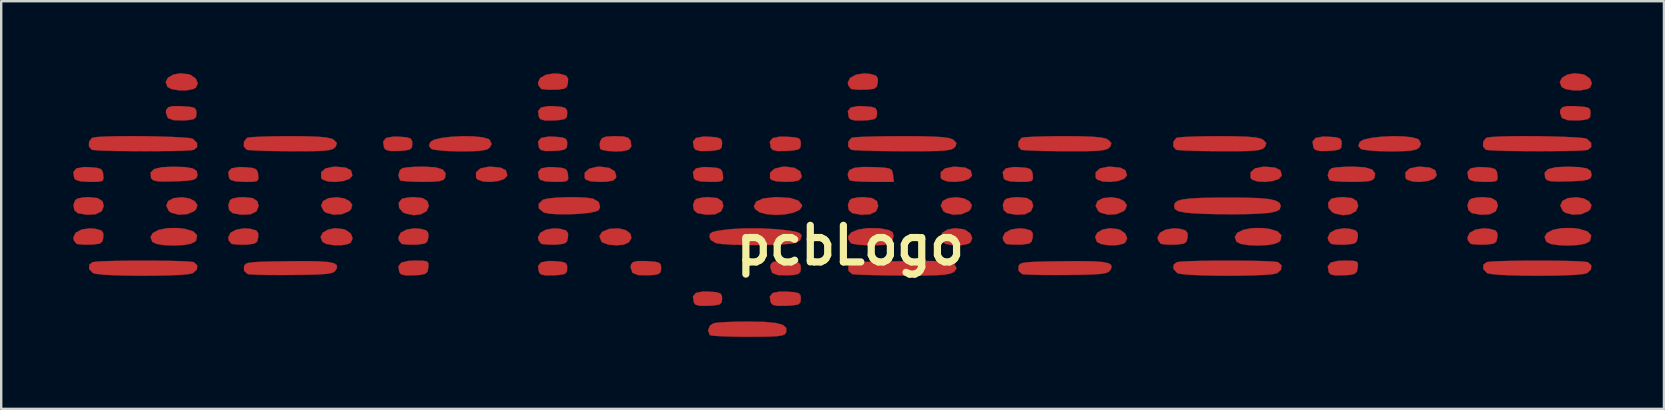
<source format=kicad_pcb>
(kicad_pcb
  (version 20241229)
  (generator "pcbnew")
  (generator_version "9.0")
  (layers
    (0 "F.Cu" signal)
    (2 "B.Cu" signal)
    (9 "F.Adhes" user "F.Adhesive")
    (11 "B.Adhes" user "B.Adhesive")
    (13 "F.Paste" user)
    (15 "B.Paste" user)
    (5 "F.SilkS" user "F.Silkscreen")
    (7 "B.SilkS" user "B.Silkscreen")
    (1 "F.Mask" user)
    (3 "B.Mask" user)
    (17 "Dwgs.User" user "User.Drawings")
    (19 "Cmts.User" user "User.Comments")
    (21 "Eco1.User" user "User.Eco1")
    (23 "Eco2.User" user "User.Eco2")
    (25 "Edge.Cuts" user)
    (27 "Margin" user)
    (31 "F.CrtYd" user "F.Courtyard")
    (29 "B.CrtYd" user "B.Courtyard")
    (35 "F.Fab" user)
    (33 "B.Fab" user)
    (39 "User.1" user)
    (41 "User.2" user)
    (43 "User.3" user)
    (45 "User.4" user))
  (footprint "pcbLogo"
    (layer "F.Cu")
    (at 32.39 7.176)
    (property "Reference" "pcbLogo" (at 0 0 0) (layer "F.SilkS") (effects (font (size 1.524 1.524) (thickness 0.3))))
    (attr through_hole)
    (fp_poly (pts (xy -31.373 -1.971) (xy -31.17 -1.843) (xy -31.115 -1.64) (xy -31.206 -1.419) (xy -31.457 -1.295) (xy -31.837 -1.278) (xy -32.2 -1.343) (xy -32.343 -1.47) (xy -32.381 -1.682) (xy -32.309 -1.879) (xy -32.218 -1.947) (xy -31.988 -1.995) (xy -31.75 -2.011) (xy -31.373 -1.971)) (stroke (width 0.01) (type solid)) (fill yes) (layer "F.Cu"))
    (fp_poly (pts (xy -27.544 -1.955) (xy -27.319 -1.839) (xy -27.214 -1.68) (xy -27.267 -1.502) (xy -27.352 -1.423) (xy -27.646 -1.3) (xy -27.995 -1.28) (xy -28.303 -1.36) (xy -28.404 -1.432) (xy -28.513 -1.65) (xy -28.433 -1.848) (xy -28.206 -1.967) (xy -27.852 -2.006) (xy -27.544 -1.955)) (stroke (width 0.01) (type solid)) (fill yes) (layer "F.Cu"))
    (fp_poly (pts (xy -24.917 -1.971) (xy -24.714 -1.843) (xy -24.659 -1.64) (xy -24.75 -1.419) (xy -25.001 -1.295) (xy -25.381 -1.278) (xy -25.744 -1.343) (xy -25.888 -1.47) (xy -25.925 -1.682) (xy -25.854 -1.879) (xy -25.762 -1.947) (xy -25.532 -1.995) (xy -25.294 -2.011) (xy -24.917 -1.971)) (stroke (width 0.01) (type solid)) (fill yes) (layer "F.Cu"))
    (fp_poly (pts (xy -21.088 -1.955) (xy -20.863 -1.839) (xy -20.758 -1.68) (xy -20.811 -1.502) (xy -20.896 -1.423) (xy -21.19 -1.3) (xy -21.54 -1.28) (xy -21.847 -1.36) (xy -21.948 -1.432) (xy -22.058 -1.65) (xy -21.977 -1.848) (xy -21.75 -1.967) (xy -21.396 -2.006) (xy -21.088 -1.955)) (stroke (width 0.01) (type solid)) (fill yes) (layer "F.Cu"))
    (fp_poly (pts (xy -5.55 -1.971) (xy -5.346 -1.843) (xy -5.292 -1.64) (xy -5.382 -1.419) (xy -5.634 -1.295) (xy -6.014 -1.278) (xy -6.376 -1.343) (xy -6.52 -1.47) (xy -6.558 -1.682) (xy -6.486 -1.879) (xy -6.394 -1.947) (xy -6.164 -1.995) (xy -5.927 -2.011) (xy -5.55 -1.971)) (stroke (width 0.01) (type solid)) (fill yes) (layer "F.Cu"))
    (fp_poly (pts (xy 0.906 -1.971) (xy 1.11 -1.843) (xy 1.164 -1.64) (xy 1.073 -1.419) (xy 0.822 -1.295) (xy 0.442 -1.278) (xy 0.079 -1.343) (xy -0.064 -1.47) (xy -0.102 -1.682) (xy -0.03 -1.879) (xy 0.062 -1.947) (xy 0.291 -1.995) (xy 0.529 -2.011) (xy 0.906 -1.971)) (stroke (width 0.01) (type solid)) (fill yes) (layer "F.Cu"))
    (fp_poly (pts (xy 4.735 -1.955) (xy 4.96 -1.839) (xy 5.065 -1.68) (xy 5.012 -1.502) (xy 4.927 -1.423) (xy 4.634 -1.3) (xy 4.284 -1.28) (xy 3.976 -1.36) (xy 3.875 -1.432) (xy 3.766 -1.65) (xy 3.846 -1.848) (xy 4.073 -1.967) (xy 4.427 -2.006) (xy 4.735 -1.955)) (stroke (width 0.01) (type solid)) (fill yes) (layer "F.Cu"))
    (fp_poly (pts (xy 7.362 -1.971) (xy 7.565 -1.843) (xy 7.62 -1.64) (xy 7.529 -1.419) (xy 7.278 -1.295) (xy 6.898 -1.278) (xy 6.535 -1.343) (xy 6.392 -1.47) (xy 6.354 -1.682) (xy 6.426 -1.879) (xy 6.517 -1.947) (xy 6.747 -1.995) (xy 6.985 -2.011) (xy 7.362 -1.971)) (stroke (width 0.01) (type solid)) (fill yes) (layer "F.Cu"))
    (fp_poly (pts (xy 11.191 -1.955) (xy 11.416 -1.839) (xy 11.521 -1.68) (xy 11.468 -1.502) (xy 11.383 -1.423) (xy 11.089 -1.3) (xy 10.74 -1.28) (xy 10.432 -1.36) (xy 10.331 -1.432) (xy 10.222 -1.65) (xy 10.302 -1.848) (xy 10.529 -1.967) (xy 10.883 -2.006) (xy 11.191 -1.955)) (stroke (width 0.01) (type solid)) (fill yes) (layer "F.Cu"))
    (fp_poly (pts (xy 26.73 -1.971) (xy 26.933 -1.843) (xy 26.988 -1.64) (xy 26.897 -1.419) (xy 26.646 -1.295) (xy 26.266 -1.278) (xy 25.903 -1.343) (xy 25.759 -1.47) (xy 25.721 -1.682) (xy 25.793 -1.879) (xy 25.885 -1.947) (xy 26.115 -1.995) (xy 26.352 -2.011) (xy 26.73 -1.971)) (stroke (width 0.01) (type solid)) (fill yes) (layer "F.Cu"))
    (fp_poly (pts (xy 30.559 -1.955) (xy 30.784 -1.839) (xy 30.888 -1.68) (xy 30.835 -1.502) (xy 30.751 -1.423) (xy 30.457 -1.3) (xy 30.107 -1.28) (xy 29.8 -1.36) (xy 29.698 -1.432) (xy 29.589 -1.65) (xy 29.67 -1.848) (xy 29.897 -1.967) (xy 30.251 -2.006) (xy 30.559 -1.955)) (stroke (width 0.01) (type solid)) (fill yes) (layer "F.Cu"))
    (fp_poly (pts (xy -27.593 -7.134) (xy -27.489 -7.1) (xy -27.276 -6.949) (xy -27.199 -6.752) (xy -27.273 -6.577) (xy -27.367 -6.52) (xy -27.652 -6.462) (xy -27.988 -6.462) (xy -28.287 -6.512) (xy -28.458 -6.601) (xy -28.535 -6.806) (xy -28.443 -6.985) (xy -28.227 -7.114) (xy -27.929 -7.171) (xy -27.593 -7.134)) (stroke (width 0.01) (type solid)) (fill yes) (layer "F.Cu"))
    (fp_poly (pts (xy -21.137 -0.678) (xy -21.033 -0.645) (xy -20.82 -0.493) (xy -20.743 -0.296) (xy -20.817 -0.121) (xy -20.911 -0.064) (xy -21.196 -0.007) (xy -21.532 -0.006) (xy -21.831 -0.056) (xy -22.002 -0.145) (xy -22.079 -0.351) (xy -21.988 -0.529) (xy -21.771 -0.658) (xy -21.473 -0.715) (xy -21.137 -0.678)) (stroke (width 0.01) (type solid)) (fill yes) (layer "F.Cu"))
    (fp_poly (pts (xy -21.033 -3.241) (xy -20.808 -3.126) (xy -20.756 -2.927) (xy -20.76 -2.898) (xy -20.881 -2.767) (xy -21.137 -2.682) (xy -21.455 -2.645) (xy -21.764 -2.662) (xy -21.99 -2.739) (xy -22.055 -2.813) (xy -22.057 -3.045) (xy -21.877 -3.206) (xy -21.537 -3.277) (xy -21.445 -3.279) (xy -21.033 -3.241)) (stroke (width 0.01) (type solid)) (fill yes) (layer "F.Cu"))
    (fp_poly (pts (xy -17.826 -1.971) (xy -17.623 -1.843) (xy -17.568 -1.64) (xy -17.659 -1.43) (xy -17.891 -1.298) (xy -18.202 -1.259) (xy -18.533 -1.326) (xy -18.653 -1.384) (xy -18.806 -1.561) (xy -18.823 -1.774) (xy -18.699 -1.934) (xy -18.671 -1.947) (xy -18.441 -1.995) (xy -18.203 -2.011) (xy -17.826 -1.971)) (stroke (width 0.01) (type solid)) (fill yes) (layer "F.Cu"))
    (fp_poly (pts (xy -14.577 -3.241) (xy -14.352 -3.126) (xy -14.3 -2.927) (xy -14.305 -2.898) (xy -14.425 -2.767) (xy -14.681 -2.682) (xy -15 -2.645) (xy -15.308 -2.662) (xy -15.534 -2.739) (xy -15.599 -2.813) (xy -15.601 -3.045) (xy -15.421 -3.206) (xy -15.081 -3.277) (xy -14.989 -3.279) (xy -14.577 -3.241)) (stroke (width 0.01) (type solid)) (fill yes) (layer "F.Cu"))
    (fp_poly (pts (xy -10.051 -3.229) (xy -9.818 -3.089) (xy -9.755 -2.881) (xy -9.774 -2.806) (xy -9.886 -2.705) (xy -10.144 -2.655) (xy -10.425 -2.646) (xy -10.805 -2.666) (xy -11.013 -2.731) (xy -11.075 -2.806) (xy -11.071 -3.031) (xy -10.888 -3.194) (xy -10.555 -3.276) (xy -10.425 -3.281) (xy -10.051 -3.229)) (stroke (width 0.01) (type solid)) (fill yes) (layer "F.Cu"))
    (fp_poly (pts (xy -9.358 -0.634) (xy -9.168 -0.491) (xy -9.124 -0.304) (xy -9.229 -0.127) (xy -9.437 -0.033) (xy -9.751 -0.002) (xy -10.076 -0.03) (xy -10.321 -0.115) (xy -10.371 -0.157) (xy -10.458 -0.377) (xy -10.351 -0.561) (xy -10.067 -0.682) (xy -10.032 -0.689) (xy -9.658 -0.709) (xy -9.358 -0.634)) (stroke (width 0.01) (type solid)) (fill yes) (layer "F.Cu"))
    (fp_poly (pts (xy -2.325 -3.229) (xy -2.092 -3.089) (xy -2.029 -2.881) (xy -2.049 -2.806) (xy -2.16 -2.705) (xy -2.419 -2.655) (xy -2.699 -2.646) (xy -3.079 -2.666) (xy -3.287 -2.731) (xy -3.349 -2.806) (xy -3.345 -3.031) (xy -3.162 -3.194) (xy -2.829 -3.276) (xy -2.699 -3.281) (xy -2.325 -3.229)) (stroke (width 0.01) (type solid)) (fill yes) (layer "F.Cu"))
    (fp_poly (pts (xy 4.686 -0.678) (xy 4.79 -0.645) (xy 5.004 -0.493) (xy 5.08 -0.296) (xy 5.006 -0.121) (xy 4.913 -0.064) (xy 4.628 -0.007) (xy 4.291 -0.006) (xy 3.992 -0.056) (xy 3.821 -0.145) (xy 3.744 -0.351) (xy 3.836 -0.529) (xy 4.052 -0.658) (xy 4.35 -0.715) (xy 4.686 -0.678)) (stroke (width 0.01) (type solid)) (fill yes) (layer "F.Cu"))
    (fp_poly (pts (xy 4.79 -3.241) (xy 5.015 -3.126) (xy 5.068 -2.927) (xy 5.063 -2.898) (xy 4.942 -2.767) (xy 4.686 -2.682) (xy 4.368 -2.645) (xy 4.059 -2.662) (xy 3.834 -2.739) (xy 3.768 -2.813) (xy 3.766 -3.045) (xy 3.946 -3.206) (xy 4.287 -3.277) (xy 4.379 -3.279) (xy 4.79 -3.241)) (stroke (width 0.01) (type solid)) (fill yes) (layer "F.Cu"))
    (fp_poly (pts (xy 11.142 -0.678) (xy 11.246 -0.645) (xy 11.459 -0.493) (xy 11.536 -0.296) (xy 11.462 -0.121) (xy 11.368 -0.064) (xy 11.083 -0.007) (xy 10.747 -0.006) (xy 10.448 -0.056) (xy 10.277 -0.145) (xy 10.2 -0.351) (xy 10.292 -0.529) (xy 10.508 -0.658) (xy 10.806 -0.715) (xy 11.142 -0.678)) (stroke (width 0.01) (type solid)) (fill yes) (layer "F.Cu"))
    (fp_poly (pts (xy 11.246 -3.241) (xy 11.471 -3.126) (xy 11.523 -2.927) (xy 11.519 -2.898) (xy 11.398 -2.767) (xy 11.142 -2.682) (xy 10.824 -2.645) (xy 10.515 -2.662) (xy 10.289 -2.739) (xy 10.224 -2.813) (xy 10.222 -3.045) (xy 10.402 -3.206) (xy 10.742 -3.277) (xy 10.834 -3.279) (xy 11.246 -3.241)) (stroke (width 0.01) (type solid)) (fill yes) (layer "F.Cu"))
    (fp_poly (pts (xy 17.702 -3.241) (xy 17.927 -3.126) (xy 17.979 -2.927) (xy 17.975 -2.898) (xy 17.854 -2.767) (xy 17.598 -2.682) (xy 17.28 -2.645) (xy 16.971 -2.662) (xy 16.745 -2.739) (xy 16.68 -2.813) (xy 16.678 -3.045) (xy 16.858 -3.206) (xy 17.198 -3.277) (xy 17.29 -3.279) (xy 17.702 -3.241)) (stroke (width 0.01) (type solid)) (fill yes) (layer "F.Cu"))
    (fp_poly (pts (xy 20.909 -1.971) (xy 21.112 -1.843) (xy 21.167 -1.64) (xy 21.076 -1.43) (xy 20.844 -1.298) (xy 20.533 -1.259) (xy 20.202 -1.326) (xy 20.082 -1.384) (xy 19.929 -1.561) (xy 19.912 -1.774) (xy 20.036 -1.934) (xy 20.064 -1.947) (xy 20.294 -1.995) (xy 20.532 -2.011) (xy 20.909 -1.971)) (stroke (width 0.01) (type solid)) (fill yes) (layer "F.Cu"))
    (fp_poly (pts (xy 24.158 -3.241) (xy 24.383 -3.126) (xy 24.435 -2.927) (xy 24.43 -2.898) (xy 24.31 -2.767) (xy 24.054 -2.682) (xy 23.735 -2.645) (xy 23.427 -2.662) (xy 23.201 -2.739) (xy 23.136 -2.813) (xy 23.134 -3.045) (xy 23.314 -3.206) (xy 23.654 -3.277) (xy 23.746 -3.279) (xy 24.158 -3.241)) (stroke (width 0.01) (type solid)) (fill yes) (layer "F.Cu"))
    (fp_poly (pts (xy 30.509 -7.134) (xy 30.613 -7.1) (xy 30.827 -6.949) (xy 30.904 -6.752) (xy 30.83 -6.577) (xy 30.736 -6.52) (xy 30.451 -6.462) (xy 30.115 -6.462) (xy 29.815 -6.512) (xy 29.644 -6.601) (xy 29.568 -6.806) (xy 29.659 -6.985) (xy 29.875 -7.114) (xy 30.173 -7.171) (xy 30.509 -7.134)) (stroke (width 0.01) (type solid)) (fill yes) (layer "F.Cu"))
    (fp_poly (pts (xy -18.813 -4.53) (xy -18.488 -4.503) (xy -18.322 -4.45) (xy -18.263 -4.345) (xy -18.256 -4.233) (xy -18.274 -4.078) (xy -18.364 -3.994) (xy -18.578 -3.953) (xy -18.813 -3.937) (xy -19.166 -3.933) (xy -19.359 -3.981) (xy -19.433 -4.069) (xy -19.473 -4.324) (xy -19.348 -4.476) (xy -19.046 -4.534) (xy -18.813 -4.53)) (stroke (width 0.01) (type solid)) (fill yes) (layer "F.Cu"))
    (fp_poly (pts (xy -12.357 -5.8) (xy -12.032 -5.773) (xy -11.867 -5.72) (xy -11.807 -5.615) (xy -11.8 -5.503) (xy -11.819 -5.348) (xy -11.908 -5.264) (xy -12.122 -5.223) (xy -12.357 -5.207) (xy -12.71 -5.203) (xy -12.903 -5.251) (xy -12.977 -5.339) (xy -13.017 -5.594) (xy -12.892 -5.746) (xy -12.59 -5.804) (xy -12.357 -5.8)) (stroke (width 0.01) (type solid)) (fill yes) (layer "F.Cu"))
    (fp_poly (pts (xy -12.357 -4.53) (xy -12.032 -4.503) (xy -11.867 -4.45) (xy -11.807 -4.345) (xy -11.8 -4.233) (xy -11.819 -4.078) (xy -11.908 -3.994) (xy -12.122 -3.953) (xy -12.357 -3.937) (xy -12.71 -3.933) (xy -12.903 -3.981) (xy -12.977 -4.069) (xy -13.017 -4.324) (xy -12.892 -4.476) (xy -12.59 -4.534) (xy -12.357 -4.53)) (stroke (width 0.01) (type solid)) (fill yes) (layer "F.Cu"))
    (fp_poly (pts (xy -12.357 0.656) (xy -12.032 0.683) (xy -11.867 0.735) (xy -11.807 0.84) (xy -11.8 0.953) (xy -11.819 1.108) (xy -11.908 1.192) (xy -12.122 1.232) (xy -12.357 1.249) (xy -12.71 1.253) (xy -12.903 1.205) (xy -12.977 1.117) (xy -13.017 0.862) (xy -12.892 0.71) (xy -12.59 0.652) (xy -12.357 0.656)) (stroke (width 0.01) (type solid)) (fill yes) (layer "F.Cu"))
    (fp_poly (pts (xy -5.901 -4.53) (xy -5.577 -4.503) (xy -5.411 -4.45) (xy -5.351 -4.345) (xy -5.345 -4.233) (xy -5.363 -4.078) (xy -5.452 -3.994) (xy -5.666 -3.953) (xy -5.901 -3.937) (xy -6.254 -3.933) (xy -6.447 -3.981) (xy -6.521 -4.069) (xy -6.561 -4.324) (xy -6.436 -4.476) (xy -6.134 -4.534) (xy -5.901 -4.53)) (stroke (width 0.01) (type solid)) (fill yes) (layer "F.Cu"))
    (fp_poly (pts (xy -5.901 1.926) (xy -5.577 1.953) (xy -5.411 2.005) (xy -5.351 2.11) (xy -5.345 2.223) (xy -5.363 2.378) (xy -5.452 2.462) (xy -5.666 2.502) (xy -5.901 2.519) (xy -6.254 2.523) (xy -6.447 2.475) (xy -6.521 2.387) (xy -6.561 2.132) (xy -6.436 1.98) (xy -6.134 1.922) (xy -5.901 1.926)) (stroke (width 0.01) (type solid)) (fill yes) (layer "F.Cu"))
    (fp_poly (pts (xy -2.659 -4.529) (xy -2.321 -4.504) (xy -2.143 -4.458) (xy -2.074 -4.364) (xy -2.064 -4.233) (xy -2.08 -4.082) (xy -2.164 -3.999) (xy -2.366 -3.957) (xy -2.659 -3.937) (xy -3.025 -3.933) (xy -3.229 -3.974) (xy -3.317 -4.07) (xy -3.359 -4.319) (xy -3.242 -4.469) (xy -2.951 -4.531) (xy -2.659 -4.529)) (stroke (width 0.01) (type solid)) (fill yes) (layer "F.Cu"))
    (fp_poly (pts (xy -2.659 1.927) (xy -2.321 1.952) (xy -2.143 1.998) (xy -2.074 2.092) (xy -2.064 2.223) (xy -2.08 2.374) (xy -2.164 2.457) (xy -2.366 2.498) (xy -2.659 2.518) (xy -3.025 2.523) (xy -3.229 2.481) (xy -3.317 2.386) (xy -3.359 2.137) (xy -3.242 1.987) (xy -2.951 1.925) (xy -2.659 1.927)) (stroke (width 0.01) (type solid)) (fill yes) (layer "F.Cu"))
    (fp_poly (pts (xy 0.554 -5.8) (xy 0.879 -5.773) (xy 1.045 -5.72) (xy 1.105 -5.615) (xy 1.111 -5.503) (xy 1.093 -5.348) (xy 1.003 -5.264) (xy 0.79 -5.223) (xy 0.554 -5.207) (xy 0.202 -5.203) (xy 0.009 -5.251) (xy -0.065 -5.339) (xy -0.106 -5.594) (xy 0.019 -5.746) (xy 0.322 -5.804) (xy 0.554 -5.8)) (stroke (width 0.01) (type solid)) (fill yes) (layer "F.Cu"))
    (fp_poly (pts (xy 19.922 -4.53) (xy 20.247 -4.503) (xy 20.413 -4.45) (xy 20.472 -4.345) (xy 20.479 -4.233) (xy 20.461 -4.078) (xy 20.371 -3.994) (xy 20.157 -3.953) (xy 19.922 -3.937) (xy 19.569 -3.933) (xy 19.376 -3.981) (xy 19.302 -4.069) (xy 19.262 -4.324) (xy 19.387 -4.476) (xy 19.689 -4.534) (xy 19.922 -4.53)) (stroke (width 0.01) (type solid)) (fill yes) (layer "F.Cu"))
    (fp_poly (pts (xy -31.725 -3.26) (xy -31.399 -3.232) (xy -31.228 -3.177) (xy -31.156 -3.065) (xy -31.134 -2.937) (xy -31.126 -2.772) (xy -31.18 -2.685) (xy -31.348 -2.651) (xy -31.676 -2.646) (xy -31.693 -2.646) (xy -32.076 -2.666) (xy -32.285 -2.731) (xy -32.347 -2.805) (xy -32.385 -3.057) (xy -32.256 -3.207) (xy -31.95 -3.264) (xy -31.725 -3.26)) (stroke (width 0.01) (type solid)) (fill yes) (layer "F.Cu"))
    (fp_poly (pts (xy -31.454 -0.689) (xy -31.215 -0.621) (xy -31.131 -0.5) (xy -31.135 -0.338) (xy -31.177 -0.16) (xy -31.29 -0.073) (xy -31.534 -0.038) (xy -31.644 -0.032) (xy -31.964 -0.032) (xy -32.202 -0.054) (xy -32.253 -0.068) (xy -32.363 -0.207) (xy -32.385 -0.329) (xy -32.29 -0.523) (xy -32.045 -0.658) (xy -31.706 -0.711) (xy -31.454 -0.689)) (stroke (width 0.01) (type solid)) (fill yes) (layer "F.Cu"))
    (fp_poly (pts (xy -25.269 -3.26) (xy -24.943 -3.232) (xy -24.772 -3.177) (xy -24.7 -3.065) (xy -24.679 -2.937) (xy -24.67 -2.772) (xy -24.725 -2.685) (xy -24.892 -2.651) (xy -25.22 -2.646) (xy -25.238 -2.646) (xy -25.62 -2.666) (xy -25.83 -2.731) (xy -25.891 -2.805) (xy -25.929 -3.057) (xy -25.801 -3.207) (xy -25.494 -3.264) (xy -25.269 -3.26)) (stroke (width 0.01) (type solid)) (fill yes) (layer "F.Cu"))
    (fp_poly (pts (xy -24.998 -0.689) (xy -24.759 -0.621) (xy -24.675 -0.5) (xy -24.679 -0.338) (xy -24.721 -0.16) (xy -24.834 -0.073) (xy -25.078 -0.038) (xy -25.188 -0.032) (xy -25.508 -0.032) (xy -25.746 -0.054) (xy -25.797 -0.068) (xy -25.907 -0.207) (xy -25.929 -0.329) (xy -25.835 -0.523) (xy -25.589 -0.658) (xy -25.25 -0.711) (xy -24.998 -0.689)) (stroke (width 0.01) (type solid)) (fill yes) (layer "F.Cu"))
    (fp_poly (pts (xy -17.907 -0.689) (xy -17.668 -0.621) (xy -17.584 -0.5) (xy -17.588 -0.338) (xy -17.63 -0.16) (xy -17.743 -0.073) (xy -17.987 -0.038) (xy -18.098 -0.032) (xy -18.417 -0.032) (xy -18.655 -0.054) (xy -18.706 -0.068) (xy -18.817 -0.207) (xy -18.838 -0.329) (xy -18.744 -0.523) (xy -18.498 -0.658) (xy -18.16 -0.711) (xy -17.907 -0.689)) (stroke (width 0.01) (type solid)) (fill yes) (layer "F.Cu"))
    (fp_poly (pts (xy -17.811 0.64) (xy -17.638 0.672) (xy -17.58 0.756) (xy -17.587 0.918) (xy -17.588 0.926) (xy -17.624 1.097) (xy -17.721 1.188) (xy -17.934 1.232) (xy -18.178 1.249) (xy -18.531 1.253) (xy -18.724 1.205) (xy -18.798 1.117) (xy -18.837 0.873) (xy -18.716 0.72) (xy -18.42 0.646) (xy -18.147 0.635) (xy -17.811 0.64)) (stroke (width 0.01) (type solid)) (fill yes) (layer "F.Cu"))
    (fp_poly (pts (xy -12.357 -3.26) (xy -12.031 -3.232) (xy -11.86 -3.177) (xy -11.788 -3.065) (xy -11.767 -2.937) (xy -11.758 -2.772) (xy -11.813 -2.685) (xy -11.98 -2.651) (xy -12.309 -2.646) (xy -12.326 -2.646) (xy -12.709 -2.666) (xy -12.918 -2.731) (xy -12.979 -2.805) (xy -13.017 -3.057) (xy -12.889 -3.207) (xy -12.582 -3.264) (xy -12.357 -3.26)) (stroke (width 0.01) (type solid)) (fill yes) (layer "F.Cu"))
    (fp_poly (pts (xy -12.086 -7.145) (xy -11.847 -7.076) (xy -11.763 -6.956) (xy -11.768 -6.794) (xy -11.81 -6.616) (xy -11.922 -6.528) (xy -12.166 -6.494) (xy -12.277 -6.488) (xy -12.596 -6.487) (xy -12.834 -6.51) (xy -12.885 -6.523) (xy -12.996 -6.663) (xy -13.018 -6.785) (xy -12.923 -6.979) (xy -12.677 -7.114) (xy -12.339 -7.167) (xy -12.086 -7.145)) (stroke (width 0.01) (type solid)) (fill yes) (layer "F.Cu"))
    (fp_poly (pts (xy -12.086 -0.689) (xy -11.847 -0.621) (xy -11.763 -0.5) (xy -11.768 -0.338) (xy -11.81 -0.16) (xy -11.922 -0.073) (xy -12.166 -0.038) (xy -12.277 -0.032) (xy -12.596 -0.032) (xy -12.834 -0.054) (xy -12.885 -0.068) (xy -12.996 -0.207) (xy -13.018 -0.329) (xy -12.923 -0.523) (xy -12.677 -0.658) (xy -12.339 -0.711) (xy -12.086 -0.689)) (stroke (width 0.01) (type solid)) (fill yes) (layer "F.Cu"))
    (fp_poly (pts (xy -5.901 -3.26) (xy -5.575 -3.232) (xy -5.404 -3.177) (xy -5.333 -3.065) (xy -5.311 -2.937) (xy -5.302 -2.772) (xy -5.357 -2.685) (xy -5.524 -2.651) (xy -5.853 -2.646) (xy -5.87 -2.646) (xy -6.253 -2.666) (xy -6.462 -2.731) (xy -6.523 -2.805) (xy -6.561 -3.057) (xy -6.433 -3.207) (xy -6.126 -3.264) (xy -5.901 -3.26)) (stroke (width 0.01) (type solid)) (fill yes) (layer "F.Cu"))
    (fp_poly (pts (xy -2.499 -1.974) (xy -2.163 -1.864) (xy -2.017 -1.687) (xy -2.011 -1.634) (xy -2.107 -1.484) (xy -2.358 -1.368) (xy -2.711 -1.294) (xy -3.111 -1.27) (xy -3.504 -1.303) (xy -3.784 -1.379) (xy -3.968 -1.511) (xy -4.022 -1.633) (xy -3.922 -1.828) (xy -3.631 -1.954) (xy -3.156 -2.009) (xy -3.016 -2.011) (xy -2.499 -1.974)) (stroke (width 0.01) (type solid)) (fill yes) (layer "F.Cu"))
    (fp_poly (pts (xy 0.826 -7.145) (xy 1.064 -7.076) (xy 1.148 -6.956) (xy 1.144 -6.794) (xy 1.102 -6.616) (xy 0.99 -6.528) (xy 0.745 -6.494) (xy 0.635 -6.488) (xy 0.316 -6.487) (xy 0.077 -6.51) (xy 0.026 -6.523) (xy -0.084 -6.663) (xy -0.106 -6.785) (xy -0.011 -6.979) (xy 0.234 -7.114) (xy 0.573 -7.167) (xy 0.826 -7.145)) (stroke (width 0.01) (type solid)) (fill yes) (layer "F.Cu"))
    (fp_poly (pts (xy 7.01 -3.26) (xy 7.336 -3.232) (xy 7.507 -3.177) (xy 7.579 -3.065) (xy 7.601 -2.937) (xy 7.609 -2.772) (xy 7.554 -2.685) (xy 7.387 -2.651) (xy 7.059 -2.646) (xy 7.042 -2.646) (xy 6.659 -2.666) (xy 6.45 -2.731) (xy 6.388 -2.805) (xy 6.35 -3.057) (xy 6.479 -3.207) (xy 6.785 -3.264) (xy 7.01 -3.26)) (stroke (width 0.01) (type solid)) (fill yes) (layer "F.Cu"))
    (fp_poly (pts (xy 7.281 -0.689) (xy 7.52 -0.621) (xy 7.604 -0.5) (xy 7.6 -0.338) (xy 7.558 -0.16) (xy 7.445 -0.073) (xy 7.201 -0.038) (xy 7.091 -0.032) (xy 6.771 -0.032) (xy 6.533 -0.054) (xy 6.482 -0.068) (xy 6.372 -0.207) (xy 6.35 -0.329) (xy 6.445 -0.523) (xy 6.69 -0.658) (xy 7.029 -0.711) (xy 7.281 -0.689)) (stroke (width 0.01) (type solid)) (fill yes) (layer "F.Cu"))
    (fp_poly (pts (xy 13.737 -0.689) (xy 13.976 -0.621) (xy 14.06 -0.5) (xy 14.056 -0.338) (xy 14.014 -0.16) (xy 13.901 -0.073) (xy 13.657 -0.038) (xy 13.547 -0.032) (xy 13.227 -0.032) (xy 12.989 -0.054) (xy 12.938 -0.068) (xy 12.828 -0.207) (xy 12.806 -0.329) (xy 12.9 -0.523) (xy 13.146 -0.658) (xy 13.485 -0.711) (xy 13.737 -0.689)) (stroke (width 0.01) (type solid)) (fill yes) (layer "F.Cu"))
    (fp_poly (pts (xy 20.828 -0.689) (xy 21.067 -0.621) (xy 21.151 -0.5) (xy 21.147 -0.338) (xy 21.105 -0.16) (xy 20.992 -0.073) (xy 20.748 -0.038) (xy 20.637 -0.032) (xy 20.318 -0.032) (xy 20.08 -0.054) (xy 20.029 -0.068) (xy 19.918 -0.207) (xy 19.897 -0.329) (xy 19.991 -0.523) (xy 20.237 -0.658) (xy 20.575 -0.711) (xy 20.828 -0.689)) (stroke (width 0.01) (type solid)) (fill yes) (layer "F.Cu"))
    (fp_poly (pts (xy 20.924 0.64) (xy 21.097 0.672) (xy 21.155 0.756) (xy 21.148 0.918) (xy 21.147 0.926) (xy 21.111 1.097) (xy 21.014 1.188) (xy 20.801 1.232) (xy 20.557 1.249) (xy 20.204 1.253) (xy 20.011 1.205) (xy 19.937 1.117) (xy 19.898 0.873) (xy 20.019 0.72) (xy 20.315 0.646) (xy 20.588 0.635) (xy 20.924 0.64)) (stroke (width 0.01) (type solid)) (fill yes) (layer "F.Cu"))
    (fp_poly (pts (xy 26.378 -3.26) (xy 26.704 -3.232) (xy 26.875 -3.177) (xy 26.947 -3.065) (xy 26.968 -2.937) (xy 26.977 -2.772) (xy 26.922 -2.685) (xy 26.755 -2.651) (xy 26.426 -2.646) (xy 26.409 -2.646) (xy 26.026 -2.666) (xy 25.817 -2.731) (xy 25.756 -2.805) (xy 25.718 -3.057) (xy 25.846 -3.207) (xy 26.153 -3.264) (xy 26.378 -3.26)) (stroke (width 0.01) (type solid)) (fill yes) (layer "F.Cu"))
    (fp_poly (pts (xy 26.649 -0.689) (xy 26.888 -0.621) (xy 26.972 -0.5) (xy 26.967 -0.338) (xy 26.925 -0.16) (xy 26.813 -0.073) (xy 26.569 -0.038) (xy 26.458 -0.032) (xy 26.139 -0.032) (xy 25.901 -0.054) (xy 25.85 -0.068) (xy 25.739 -0.207) (xy 25.718 -0.329) (xy 25.812 -0.523) (xy 26.058 -0.658) (xy 26.396 -0.711) (xy 26.649 -0.689)) (stroke (width 0.01) (type solid)) (fill yes) (layer "F.Cu"))
    (fp_poly (pts (xy -27.847 -5.799) (xy -27.509 -5.774) (xy -27.331 -5.728) (xy -27.262 -5.634) (xy -27.252 -5.503) (xy -27.271 -5.346) (xy -27.364 -5.262) (xy -27.583 -5.222) (xy -27.791 -5.207) (xy -28.2 -5.216) (xy -28.43 -5.302) (xy -28.454 -5.326) (xy -28.528 -5.542) (xy -28.511 -5.654) (xy -28.427 -5.756) (xy -28.246 -5.802) (xy -27.915 -5.803) (xy -27.847 -5.799)) (stroke (width 0.01) (type solid)) (fill yes) (layer "F.Cu"))
    (fp_poly (pts (xy -27.729 -0.688) (xy -27.383 -0.582) (xy -27.225 -0.42) (xy -27.265 -0.213) (xy -27.306 -0.157) (xy -27.487 -0.068) (xy -27.806 -0.013) (xy -28.195 0.007) (xy -28.585 -0.007) (xy -28.907 -0.057) (xy -29.091 -0.143) (xy -29.093 -0.145) (xy -29.17 -0.348) (xy -29.068 -0.519) (xy -28.82 -0.648) (xy -28.456 -0.719) (xy -28.01 -0.722) (xy -27.729 -0.688)) (stroke (width 0.01) (type solid)) (fill yes) (layer "F.Cu"))
    (fp_poly (pts (xy -9.447 -4.538) (xy -9.259 -4.486) (xy -9.168 -4.377) (xy -9.155 -4.34) (xy -9.126 -4.119) (xy -9.229 -3.988) (xy -9.493 -3.927) (xy -9.79 -3.916) (xy -10.119 -3.934) (xy -10.355 -3.981) (xy -10.425 -4.023) (xy -10.45 -4.202) (xy -10.424 -4.34) (xy -10.349 -4.466) (xy -10.19 -4.53) (xy -9.89 -4.55) (xy -9.79 -4.551) (xy -9.447 -4.538)) (stroke (width 0.01) (type solid)) (fill yes) (layer "F.Cu"))
    (fp_poly (pts (xy -8.48 0.657) (xy -8.141 0.682) (xy -7.963 0.728) (xy -7.895 0.822) (xy -7.885 0.953) (xy -7.904 1.11) (xy -7.996 1.194) (xy -8.216 1.234) (xy -8.423 1.248) (xy -8.832 1.24) (xy -9.062 1.154) (xy -9.086 1.13) (xy -9.16 0.913) (xy -9.143 0.802) (xy -9.06 0.699) (xy -8.878 0.654) (xy -8.548 0.653) (xy -8.48 0.657)) (stroke (width 0.01) (type solid)) (fill yes) (layer "F.Cu"))
    (fp_poly (pts (xy -2.659 0.657) (xy -2.321 0.682) (xy -2.143 0.728) (xy -2.074 0.822) (xy -2.064 0.953) (xy -2.083 1.11) (xy -2.175 1.194) (xy -2.395 1.234) (xy -2.602 1.248) (xy -3.012 1.24) (xy -3.241 1.154) (xy -3.266 1.13) (xy -3.339 0.913) (xy -3.322 0.802) (xy -3.239 0.699) (xy -3.058 0.654) (xy -2.727 0.653) (xy -2.659 0.657)) (stroke (width 0.01) (type solid)) (fill yes) (layer "F.Cu"))
    (fp_poly (pts (xy 1.062 -3.26) (xy 1.431 -3.237) (xy 1.64 -3.199) (xy 1.737 -3.121) (xy 1.774 -2.981) (xy 1.78 -2.937) (xy 1.813 -2.646) (xy 0.924 -2.646) (xy 0.509 -2.654) (xy 0.179 -2.675) (xy -0.012 -2.705) (xy -0.035 -2.716) (xy -0.096 -2.872) (xy -0.106 -2.979) (xy -0.044 -3.133) (xy 0.156 -3.227) (xy 0.517 -3.268) (xy 1.062 -3.26)) (stroke (width 0.01) (type solid)) (fill yes) (layer "F.Cu"))
    (fp_poly (pts (xy 17.461 -0.688) (xy 17.808 -0.582) (xy 17.966 -0.42) (xy 17.926 -0.213) (xy 17.885 -0.157) (xy 17.704 -0.068) (xy 17.385 -0.013) (xy 16.995 0.007) (xy 16.605 -0.007) (xy 16.284 -0.057) (xy 16.1 -0.143) (xy 16.098 -0.145) (xy 16.021 -0.348) (xy 16.122 -0.519) (xy 16.371 -0.648) (xy 16.735 -0.719) (xy 17.181 -0.722) (xy 17.461 -0.688)) (stroke (width 0.01) (type solid)) (fill yes) (layer "F.Cu"))
    (fp_poly (pts (xy 30.255 -5.799) (xy 30.594 -5.774) (xy 30.772 -5.728) (xy 30.84 -5.634) (xy 30.85 -5.503) (xy 30.831 -5.346) (xy 30.739 -5.262) (xy 30.519 -5.222) (xy 30.312 -5.207) (xy 29.903 -5.216) (xy 29.673 -5.302) (xy 29.649 -5.326) (xy 29.575 -5.542) (xy 29.592 -5.654) (xy 29.675 -5.756) (xy 29.857 -5.802) (xy 30.187 -5.803) (xy 30.255 -5.799)) (stroke (width 0.01) (type solid)) (fill yes) (layer "F.Cu"))
    (fp_poly (pts (xy 30.373 -0.688) (xy 30.719 -0.582) (xy 30.877 -0.42) (xy 30.837 -0.213) (xy 30.796 -0.157) (xy 30.616 -0.068) (xy 30.296 -0.013) (xy 29.907 0.007) (xy 29.517 -0.007) (xy 29.195 -0.057) (xy 29.012 -0.143) (xy 29.009 -0.145) (xy 28.932 -0.348) (xy 29.034 -0.519) (xy 29.283 -0.648) (xy 29.646 -0.719) (xy 30.093 -0.722) (xy 30.373 -0.688)) (stroke (width 0.01) (type solid)) (fill yes) (layer "F.Cu"))
    (fp_poly (pts (xy -17.288 -3.252) (xy -16.985 -3.16) (xy -16.864 -3) (xy -16.89 -2.818) (xy -16.963 -2.73) (xy -17.127 -2.677) (xy -17.423 -2.652) (xy -17.827 -2.646) (xy -18.237 -2.654) (xy -18.563 -2.675) (xy -18.748 -2.706) (xy -18.768 -2.716) (xy -18.839 -2.909) (xy -18.782 -3.121) (xy -18.671 -3.217) (xy -18.484 -3.249) (xy -18.157 -3.273) (xy -17.784 -3.281) (xy -17.288 -3.252)) (stroke (width 0.01) (type solid)) (fill yes) (layer "F.Cu"))
    (fp_poly (pts (xy 21.447 -3.252) (xy 21.75 -3.16) (xy 21.871 -3) (xy 21.845 -2.818) (xy 21.772 -2.73) (xy 21.608 -2.677) (xy 21.312 -2.652) (xy 20.908 -2.646) (xy 20.498 -2.654) (xy 20.172 -2.675) (xy 19.987 -2.706) (xy 19.967 -2.716) (xy 19.896 -2.909) (xy 19.953 -3.121) (xy 20.064 -3.217) (xy 20.251 -3.249) (xy 20.578 -3.273) (xy 20.951 -3.281) (xy 21.447 -3.252)) (stroke (width 0.01) (type solid)) (fill yes) (layer "F.Cu"))
    (fp_poly (pts (xy -27.72 -3.262) (xy -27.404 -3.207) (xy -27.244 -3.102) (xy -27.21 -2.938) (xy -27.216 -2.898) (xy -27.26 -2.8) (xy -27.374 -2.737) (xy -27.599 -2.698) (xy -27.979 -2.675) (xy -28.166 -2.668) (xy -28.619 -2.659) (xy -28.904 -2.673) (xy -29.062 -2.716) (xy -29.137 -2.794) (xy -29.146 -2.814) (xy -29.166 -3.031) (xy -29.022 -3.176) (xy -28.7 -3.257) (xy -28.218 -3.279) (xy -27.72 -3.262)) (stroke (width 0.01) (type solid)) (fill yes) (layer "F.Cu"))
    (fp_poly (pts (xy 1.176 -0.712) (xy 1.315 -0.695) (xy 1.615 -0.634) (xy 1.759 -0.549) (xy 1.799 -0.403) (xy 1.799 -0.375) (xy 1.735 -0.157) (xy 1.632 -0.064) (xy 1.409 -0.023) (xy 1.067 -0.004) (xy 0.681 -0.007) (xy 0.325 -0.029) (xy 0.074 -0.071) (xy 0.016 -0.094) (xy -0.086 -0.261) (xy -0.088 -0.383) (xy 0.042 -0.543) (xy 0.33 -0.659) (xy 0.725 -0.719) (xy 1.176 -0.712)) (stroke (width 0.01) (type solid)) (fill yes) (layer "F.Cu"))
    (fp_poly (pts (xy 30.382 -3.262) (xy 30.698 -3.207) (xy 30.859 -3.102) (xy 30.892 -2.938) (xy 30.886 -2.898) (xy 30.842 -2.8) (xy 30.729 -2.737) (xy 30.503 -2.698) (xy 30.123 -2.675) (xy 29.936 -2.668) (xy 29.483 -2.659) (xy 29.199 -2.673) (xy 29.04 -2.716) (xy 28.965 -2.794) (xy 28.956 -2.814) (xy 28.936 -3.031) (xy 29.08 -3.176) (xy 29.403 -3.257) (xy 29.884 -3.279) (xy 30.382 -3.262)) (stroke (width 0.01) (type solid)) (fill yes) (layer "F.Cu"))
    (fp_poly (pts (xy -15.707 -4.543) (xy -15.333 -4.505) (xy -15.085 -4.435) (xy -15.031 -4.396) (xy -14.95 -4.225) (xy -15.028 -4.075) (xy -15.145 -3.997) (xy -15.366 -3.949) (xy -15.728 -3.924) (xy -16.232 -3.917) (xy -16.701 -3.928) (xy -17.1 -3.954) (xy -17.376 -3.992) (xy -17.462 -4.02) (xy -17.564 -4.146) (xy -17.504 -4.31) (xy -17.342 -4.406) (xy -17.025 -4.479) (xy -16.609 -4.528) (xy -16.151 -4.55) (xy -15.707 -4.543)) (stroke (width 0.01) (type solid)) (fill yes) (layer "F.Cu"))
    (fp_poly (pts (xy -10.997 -1.987) (xy -10.723 -1.946) (xy -10.723 -1.946) (xy -10.487 -1.811) (xy -10.43 -1.603) (xy -10.48 -1.477) (xy -10.623 -1.408) (xy -10.922 -1.352) (xy -11.319 -1.313) (xy -11.76 -1.294) (xy -12.188 -1.295) (xy -12.547 -1.321) (xy -12.779 -1.373) (xy -12.98 -1.535) (xy -12.99 -1.731) (xy -12.813 -1.901) (xy -12.609 -1.952) (xy -12.26 -1.988) (xy -11.831 -2.006) (xy -11.388 -2.006) (xy -10.997 -1.987)) (stroke (width 0.01) (type solid)) (fill yes) (layer "F.Cu"))
    (fp_poly (pts (xy 23.028 -4.543) (xy 23.402 -4.505) (xy 23.65 -4.435) (xy 23.704 -4.396) (xy 23.785 -4.225) (xy 23.707 -4.075) (xy 23.59 -3.997) (xy 23.369 -3.949) (xy 23.007 -3.924) (xy 22.503 -3.917) (xy 22.034 -3.928) (xy 21.635 -3.954) (xy 21.359 -3.992) (xy 21.273 -4.02) (xy 21.171 -4.146) (xy 21.231 -4.31) (xy 21.393 -4.406) (xy 21.71 -4.479) (xy 22.126 -4.528) (xy 22.584 -4.55) (xy 23.028 -4.543)) (stroke (width 0.01) (type solid)) (fill yes) (layer "F.Cu"))
    (fp_poly (pts (xy -3.566 3.19) (xy -3.098 3.236) (xy -2.805 3.318) (xy -2.668 3.444) (xy -2.672 3.618) (xy -2.678 3.636) (xy -2.73 3.705) (xy -2.845 3.754) (xy -3.055 3.785) (xy -3.393 3.802) (xy -3.892 3.809) (xy -4.265 3.81) (xy -4.812 3.805) (xy -5.282 3.792) (xy -5.635 3.773) (xy -5.831 3.749) (xy -5.856 3.739) (xy -5.931 3.543) (xy -5.85 3.343) (xy -5.689 3.242) (xy -5.49 3.216) (xy -5.133 3.195) (xy -4.67 3.181) (xy -4.227 3.176) (xy -3.566 3.19)) (stroke (width 0.01) (type solid)) (fill yes) (layer "F.Cu"))
    (fp_poly (pts (xy -3.753 -0.711) (xy -3.106 -0.675) (xy -2.615 -0.625) (xy -2.3 -0.575) (xy -2.121 -0.515) (xy -2.042 -0.435) (xy -2.031 -0.397) (xy -2.094 -0.213) (xy -2.275 -0.106) (xy -2.487 -0.067) (xy -2.86 -0.039) (xy -3.342 -0.021) (xy -3.881 -0.013) (xy -4.428 -0.016) (xy -4.93 -0.03) (xy -5.337 -0.055) (xy -5.597 -0.091) (xy -5.609 -0.095) (xy -5.826 -0.23) (xy -5.874 -0.375) (xy -5.849 -0.481) (xy -5.748 -0.554) (xy -5.529 -0.609) (xy -5.152 -0.659) (xy -5.01 -0.675) (xy -4.427 -0.711) (xy -3.753 -0.711)) (stroke (width 0.01) (type solid)) (fill yes) (layer "F.Cu"))
    (fp_poly (pts (xy -28.899 0.639) (xy -28.35 0.646) (xy -27.884 0.658) (xy -27.543 0.676) (xy -27.37 0.698) (xy -27.367 0.699) (xy -27.216 0.835) (xy -27.242 1.016) (xy -27.404 1.16) (xy -27.584 1.2) (xy -27.931 1.23) (xy -28.402 1.251) (xy -28.955 1.263) (xy -29.547 1.266) (xy -30.133 1.26) (xy -30.672 1.245) (xy -31.121 1.221) (xy -31.436 1.189) (xy -31.565 1.156) (xy -31.727 0.984) (xy -31.717 0.804) (xy -31.583 0.699) (xy -31.419 0.677) (xy -31.085 0.659) (xy -30.624 0.647) (xy -30.078 0.639) (xy -29.489 0.636) (xy -28.899 0.639)) (stroke (width 0.01) (type solid)) (fill yes) (layer "F.Cu"))
    (fp_poly (pts (xy 16.292 0.639) (xy 16.841 0.646) (xy 17.307 0.658) (xy 17.648 0.676) (xy 17.821 0.698) (xy 17.824 0.699) (xy 17.974 0.835) (xy 17.949 1.016) (xy 17.787 1.16) (xy 17.607 1.2) (xy 17.26 1.23) (xy 16.788 1.251) (xy 16.236 1.263) (xy 15.644 1.266) (xy 15.058 1.26) (xy 14.519 1.245) (xy 14.07 1.221) (xy 13.755 1.189) (xy 13.626 1.156) (xy 13.464 0.984) (xy 13.474 0.804) (xy 13.608 0.699) (xy 13.772 0.677) (xy 14.106 0.659) (xy 14.566 0.647) (xy 15.113 0.639) (xy 15.702 0.636) (xy 16.292 0.639)) (stroke (width 0.01) (type solid)) (fill yes) (layer "F.Cu"))
    (fp_poly (pts (xy 16.399 -1.989) (xy 16.998 -1.97) (xy 17.43 -1.932) (xy 17.715 -1.87) (xy 17.877 -1.783) (xy 17.937 -1.667) (xy 17.939 -1.639) (xy 17.895 -1.498) (xy 17.73 -1.411) (xy 17.462 -1.357) (xy 17.118 -1.326) (xy 16.622 -1.305) (xy 16.033 -1.296) (xy 15.412 -1.298) (xy 14.817 -1.311) (xy 14.308 -1.335) (xy 13.97 -1.365) (xy 13.667 -1.424) (xy 13.525 -1.514) (xy 13.494 -1.639) (xy 13.522 -1.758) (xy 13.625 -1.848) (xy 13.828 -1.911) (xy 14.156 -1.953) (xy 14.634 -1.978) (xy 15.288 -1.99) (xy 15.61 -1.992) (xy 16.399 -1.989)) (stroke (width 0.01) (type solid)) (fill yes) (layer "F.Cu"))
    (fp_poly (pts (xy 29.204 0.639) (xy 29.753 0.646) (xy 30.219 0.658) (xy 30.559 0.676) (xy 30.733 0.698) (xy 30.736 0.699) (xy 30.886 0.835) (xy 30.861 1.016) (xy 30.699 1.16) (xy 30.519 1.2) (xy 30.171 1.23) (xy 29.7 1.251) (xy 29.147 1.263) (xy 28.556 1.266) (xy 27.969 1.26) (xy 27.43 1.245) (xy 26.982 1.221) (xy 26.666 1.189) (xy 26.538 1.156) (xy 26.376 0.984) (xy 26.386 0.804) (xy 26.52 0.699) (xy 26.684 0.677) (xy 27.017 0.659) (xy 27.478 0.647) (xy 28.024 0.639) (xy 28.613 0.636) (xy 29.204 0.639)) (stroke (width 0.01) (type solid)) (fill yes) (layer "F.Cu"))
    (fp_poly (pts (xy -29.435 -4.549) (xy -28.849 -4.539) (xy -28.31 -4.522) (xy -27.861 -4.499) (xy -27.542 -4.471) (xy -27.404 -4.441) (xy -27.229 -4.275) (xy -27.225 -4.096) (xy -27.367 -3.98) (xy -27.524 -3.96) (xy -27.851 -3.944) (xy -28.306 -3.934) (xy -28.848 -3.927) (xy -29.435 -3.925) (xy -30.027 -3.928) (xy -30.581 -3.935) (xy -31.055 -3.946) (xy -31.41 -3.962) (xy -31.602 -3.981) (xy -31.618 -3.986) (xy -31.734 -4.124) (xy -31.728 -4.323) (xy -31.606 -4.476) (xy -31.583 -4.487) (xy -31.398 -4.516) (xy -31.049 -4.536) (xy -30.577 -4.548) (xy -30.025 -4.552) (xy -29.435 -4.549)) (stroke (width 0.01) (type solid)) (fill yes) (layer "F.Cu"))
    (fp_poly (pts (xy -22.666 -4.545) (xy -22.169 -4.527) (xy -21.828 -4.495) (xy -21.615 -4.445) (xy -21.535 -4.404) (xy -21.4 -4.268) (xy -21.439 -4.132) (xy -21.475 -4.086) (xy -21.557 -4.021) (xy -21.701 -3.975) (xy -21.938 -3.945) (xy -22.299 -3.929) (xy -22.817 -3.923) (xy -23.323 -3.924) (xy -23.909 -3.93) (xy -24.426 -3.941) (xy -24.833 -3.956) (xy -25.093 -3.974) (xy -25.162 -3.986) (xy -25.278 -4.124) (xy -25.272 -4.323) (xy -25.151 -4.476) (xy -25.127 -4.487) (xy -24.966 -4.509) (xy -24.636 -4.528) (xy -24.176 -4.542) (xy -23.63 -4.55) (xy -23.348 -4.551) (xy -22.666 -4.545)) (stroke (width 0.01) (type solid)) (fill yes) (layer "F.Cu"))
    (fp_poly (pts (xy -22.138 0.666) (xy -21.751 0.695) (xy -21.513 0.747) (xy -21.402 0.827) (xy -21.397 0.937) (xy -21.443 1.029) (xy -21.508 1.101) (xy -21.623 1.152) (xy -21.82 1.188) (xy -22.132 1.21) (xy -22.589 1.224) (xy -23.225 1.232) (xy -23.242 1.233) (xy -23.83 1.235) (xy -24.354 1.231) (xy -24.771 1.221) (xy -25.042 1.207) (xy -25.115 1.197) (xy -25.264 1.068) (xy -25.274 0.917) (xy -25.254 0.834) (xy -25.203 0.773) (xy -25.09 0.73) (xy -24.884 0.702) (xy -24.556 0.684) (xy -24.076 0.672) (xy -23.442 0.662) (xy -22.695 0.656) (xy -22.138 0.666)) (stroke (width 0.01) (type solid)) (fill yes) (layer "F.Cu"))
    (fp_poly (pts (xy 9.613 -4.545) (xy 10.11 -4.527) (xy 10.452 -4.495) (xy 10.664 -4.445) (xy 10.744 -4.404) (xy 10.879 -4.268) (xy 10.84 -4.132) (xy 10.805 -4.086) (xy 10.722 -4.021) (xy 10.578 -3.975) (xy 10.341 -3.945) (xy 9.98 -3.929) (xy 9.462 -3.923) (xy 8.956 -3.924) (xy 8.37 -3.93) (xy 7.853 -3.941) (xy 7.446 -3.956) (xy 7.187 -3.974) (xy 7.117 -3.986) (xy 7.001 -4.124) (xy 7.007 -4.323) (xy 7.129 -4.476) (xy 7.152 -4.487) (xy 7.313 -4.509) (xy 7.644 -4.528) (xy 8.103 -4.542) (xy 8.649 -4.55) (xy 8.931 -4.551) (xy 9.613 -4.545)) (stroke (width 0.01) (type solid)) (fill yes) (layer "F.Cu"))
    (fp_poly (pts (xy 10.141 0.666) (xy 10.528 0.695) (xy 10.767 0.747) (xy 10.878 0.827) (xy 10.882 0.937) (xy 10.837 1.029) (xy 10.771 1.101) (xy 10.656 1.152) (xy 10.459 1.188) (xy 10.148 1.21) (xy 9.69 1.224) (xy 9.054 1.232) (xy 9.037 1.233) (xy 8.449 1.235) (xy 7.926 1.231) (xy 7.508 1.221) (xy 7.237 1.207) (xy 7.164 1.197) (xy 7.015 1.068) (xy 7.005 0.917) (xy 7.025 0.834) (xy 7.076 0.773) (xy 7.19 0.73) (xy 7.395 0.702) (xy 7.723 0.684) (xy 8.203 0.672) (xy 8.837 0.662) (xy 9.584 0.656) (xy 10.141 0.666)) (stroke (width 0.01) (type solid)) (fill yes) (layer "F.Cu"))
    (fp_poly (pts (xy 16.069 -4.545) (xy 16.566 -4.527) (xy 16.907 -4.495) (xy 17.12 -4.445) (xy 17.2 -4.404) (xy 17.335 -4.268) (xy 17.296 -4.132) (xy 17.26 -4.086) (xy 17.178 -4.021) (xy 17.034 -3.975) (xy 16.797 -3.945) (xy 16.436 -3.929) (xy 15.918 -3.923) (xy 15.412 -3.924) (xy 14.826 -3.93) (xy 14.309 -3.941) (xy 13.902 -3.956) (xy 13.642 -3.974) (xy 13.573 -3.986) (xy 13.457 -4.124) (xy 13.463 -4.323) (xy 13.584 -4.476) (xy 13.608 -4.487) (xy 13.769 -4.509) (xy 14.099 -4.528) (xy 14.559 -4.542) (xy 15.105 -4.55) (xy 15.387 -4.551) (xy 16.069 -4.545)) (stroke (width 0.01) (type solid)) (fill yes) (layer "F.Cu"))
    (fp_poly (pts (xy 28.668 -4.549) (xy 29.253 -4.539) (xy 29.792 -4.522) (xy 30.242 -4.499) (xy 30.56 -4.471) (xy 30.699 -4.441) (xy 30.873 -4.275) (xy 30.877 -4.096) (xy 30.736 -3.98) (xy 30.579 -3.96) (xy 30.252 -3.944) (xy 29.796 -3.934) (xy 29.254 -3.927) (xy 28.667 -3.925) (xy 28.076 -3.928) (xy 27.522 -3.935) (xy 27.047 -3.946) (xy 26.693 -3.962) (xy 26.5 -3.981) (xy 26.485 -3.986) (xy 26.368 -4.124) (xy 26.374 -4.323) (xy 26.496 -4.476) (xy 26.52 -4.487) (xy 26.704 -4.516) (xy 27.054 -4.536) (xy 27.526 -4.548) (xy 28.078 -4.552) (xy 28.668 -4.549)) (stroke (width 0.01) (type solid)) (fill yes) (layer "F.Cu"))
    (fp_poly (pts (xy 2.897 -4.547) (xy 3.45 -4.534) (xy 3.844 -4.51) (xy 4.105 -4.473) (xy 4.26 -4.421) (xy 4.288 -4.404) (xy 4.423 -4.268) (xy 4.385 -4.132) (xy 4.349 -4.086) (xy 4.273 -4.026) (xy 4.141 -3.982) (xy 3.924 -3.952) (xy 3.592 -3.933) (xy 3.118 -3.925) (xy 2.471 -3.923) (xy 2.183 -3.924) (xy 1.544 -3.929) (xy 0.973 -3.939) (xy 0.507 -3.952) (xy 0.18 -3.968) (xy 0.029 -3.985) (xy 0.026 -3.986) (xy -0.09 -4.124) (xy -0.084 -4.323) (xy 0.038 -4.476) (xy 0.062 -4.487) (xy 0.217 -4.507) (xy 0.548 -4.525) (xy 1.016 -4.539) (xy 1.584 -4.548) (xy 2.158 -4.551) (xy 2.897 -4.547)) (stroke (width 0.01) (type solid)) (fill yes) (layer "F.Cu"))
    (fp_poly (pts (xy 3.757 0.66) (xy 4.027 0.68) (xy 4.199 0.713) (xy 4.302 0.761) (xy 4.347 0.803) (xy 4.43 0.954) (xy 4.343 1.081) (xy 4.288 1.123) (xy 4.163 1.178) (xy 3.943 1.218) (xy 3.601 1.244) (xy 3.112 1.257) (xy 2.447 1.259) (xy 2.176 1.258) (xy 1.549 1.251) (xy 0.987 1.24) (xy 0.528 1.226) (xy 0.208 1.211) (xy 0.073 1.196) (xy -0.076 1.068) (xy -0.086 0.917) (xy -0.068 0.839) (xy -0.022 0.781) (xy 0.079 0.739) (xy 0.264 0.71) (xy 0.56 0.69) (xy 0.996 0.676) (xy 1.597 0.666) (xy 2.075 0.659) (xy 2.81 0.651) (xy 3.361 0.651) (xy 3.757 0.66)) (stroke (width 0.01) (type solid)) (fill yes) (layer "F.Cu")))
  (gr_rect
    (start -3 -3)
    (end 66.299 13.991)
    (stroke (width 0.1) (type default))
    (fill no)
    (layer "Edge.Cuts")))
</source>
